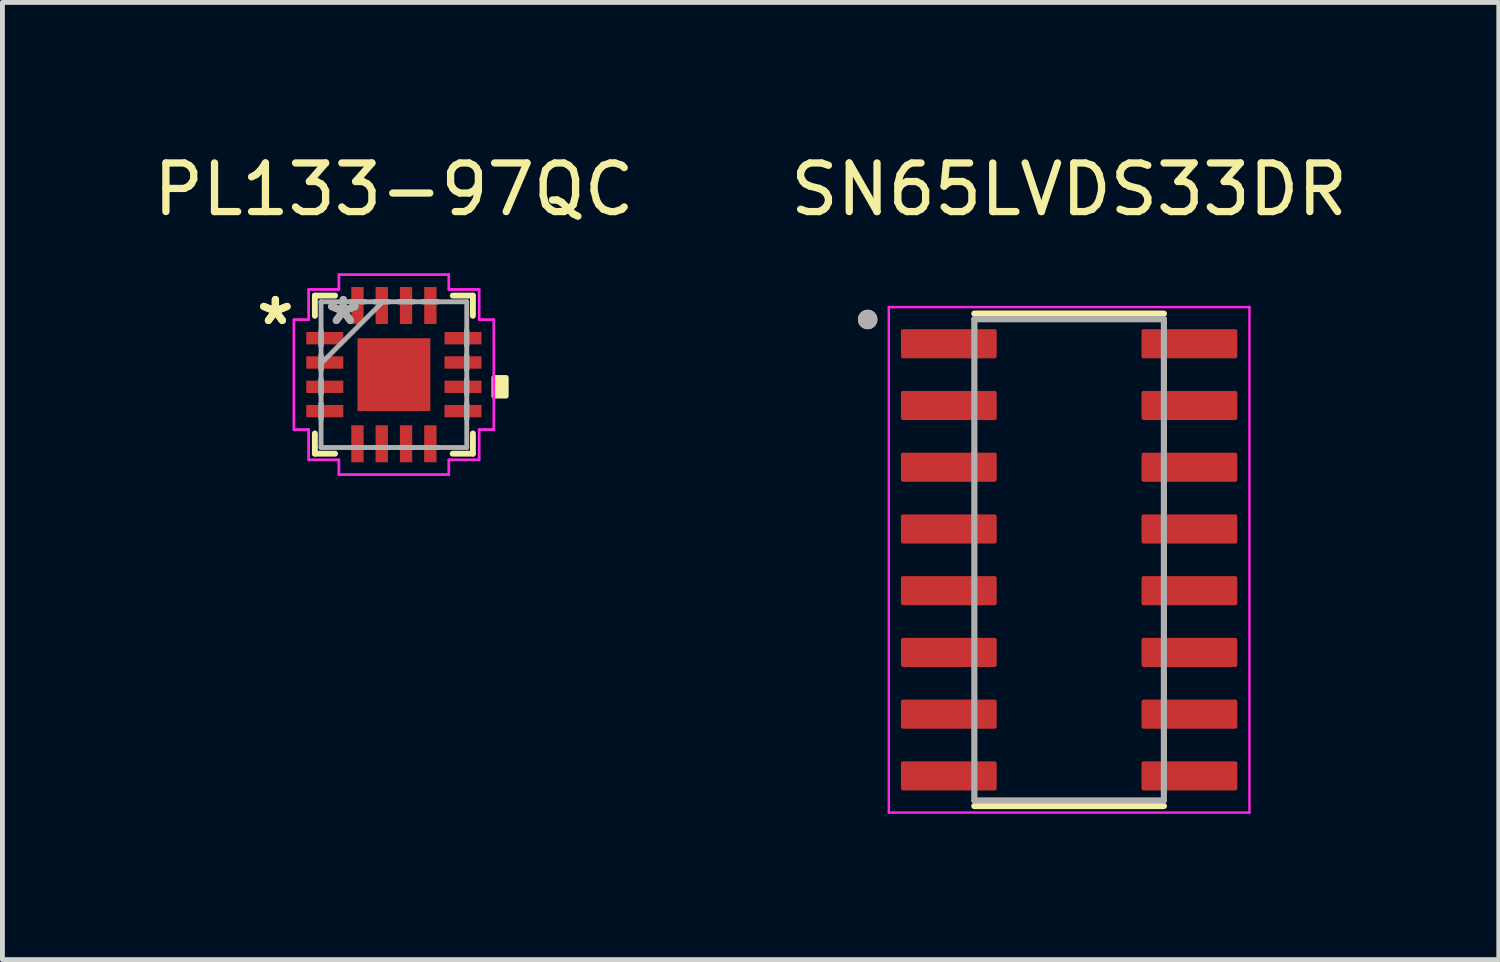
<source format=kicad_pcb>
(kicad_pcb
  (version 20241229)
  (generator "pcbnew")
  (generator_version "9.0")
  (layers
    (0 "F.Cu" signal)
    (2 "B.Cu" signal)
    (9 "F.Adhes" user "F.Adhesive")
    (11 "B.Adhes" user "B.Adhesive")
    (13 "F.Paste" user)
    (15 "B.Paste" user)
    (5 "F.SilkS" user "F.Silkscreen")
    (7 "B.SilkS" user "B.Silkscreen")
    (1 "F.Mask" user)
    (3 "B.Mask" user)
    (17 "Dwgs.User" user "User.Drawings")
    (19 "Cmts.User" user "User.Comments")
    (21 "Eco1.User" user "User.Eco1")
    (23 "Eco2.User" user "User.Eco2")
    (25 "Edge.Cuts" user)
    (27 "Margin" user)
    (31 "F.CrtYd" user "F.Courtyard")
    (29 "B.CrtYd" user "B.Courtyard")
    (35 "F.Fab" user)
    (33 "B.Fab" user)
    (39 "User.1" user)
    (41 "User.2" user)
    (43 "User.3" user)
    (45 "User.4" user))
  (footprint "SN65LVDS33DR"
    (layer "F.Cu")
    (at 18.946 8.468)
    (property "Reference" "SN65LVDS33DR" (at 0 -7.62 0) (layer "F.SilkS") (effects (font (size 1 1) (thickness 0.15))))
    (attr through_hole)
    (fp_line (start -1.95 -5.065) (end 1.95 -5.065) (stroke (width 0.127) (type solid)) (layer "F.SilkS"))
    (fp_line (start -1.95 5.065) (end 1.95 5.065) (stroke (width 0.127) (type solid)) (layer "F.SilkS"))
    (fp_circle (center -4.145 -4.945) (end -4.045 -4.945) (stroke (width 0.2) (type solid)) (fill no) (layer "F.SilkS"))
    (fp_line (start -3.71 -5.2) (end -3.71 5.2) (stroke (width 0.05) (type solid)) (layer "F.CrtYd"))
    (fp_line (start -3.71 -5.2) (end 3.71 -5.2) (stroke (width 0.05) (type solid)) (layer "F.CrtYd"))
    (fp_line (start -3.71 5.2) (end 3.71 5.2) (stroke (width 0.05) (type solid)) (layer "F.CrtYd"))
    (fp_line (start 3.71 -5.2) (end 3.71 5.2) (stroke (width 0.05) (type solid)) (layer "F.CrtYd"))
    (fp_line (start -1.95 -4.95) (end -1.95 4.95) (stroke (width 0.127) (type solid)) (layer "F.Fab"))
    (fp_line (start -1.95 -4.95) (end 1.95 -4.95) (stroke (width 0.127) (type solid)) (layer "F.Fab"))
    (fp_line (start -1.95 4.95) (end 1.95 4.95) (stroke (width 0.127) (type solid)) (layer "F.Fab"))
    (fp_line (start 1.95 -4.95) (end 1.95 4.95) (stroke (width 0.127) (type solid)) (layer "F.Fab"))
    (fp_circle (center -4.145 -4.945) (end -4.045 -4.945) (stroke (width 0.2) (type solid)) (fill no) (layer "F.Fab"))
    (pad "1" smd roundrect (at -2.475 -4.445) (size 1.97 0.6) (layers "F.Cu" "F.Mask" "F.Paste") (roundrect_rratio 0.07))
    (pad "2" smd roundrect (at -2.475 -3.175) (size 1.97 0.6) (layers "F.Cu" "F.Mask" "F.Paste") (roundrect_rratio 0.07))
    (pad "3" smd roundrect (at -2.475 -1.905) (size 1.97 0.6) (layers "F.Cu" "F.Mask" "F.Paste") (roundrect_rratio 0.07))
    (pad "4" smd roundrect (at -2.475 -0.635) (size 1.97 0.6) (layers "F.Cu" "F.Mask" "F.Paste") (roundrect_rratio 0.07))
    (pad "5" smd roundrect (at -2.475 0.635) (size 1.97 0.6) (layers "F.Cu" "F.Mask" "F.Paste") (roundrect_rratio 0.07))
    (pad "6" smd roundrect (at -2.475 1.905) (size 1.97 0.6) (layers "F.Cu" "F.Mask" "F.Paste") (roundrect_rratio 0.07))
    (pad "7" smd roundrect (at -2.475 3.175) (size 1.97 0.6) (layers "F.Cu" "F.Mask" "F.Paste") (roundrect_rratio 0.07))
    (pad "8" smd roundrect (at -2.475 4.445) (size 1.97 0.6) (layers "F.Cu" "F.Mask" "F.Paste") (roundrect_rratio 0.07))
    (pad "9" smd roundrect (at 2.475 4.445) (size 1.97 0.6) (layers "F.Cu" "F.Mask" "F.Paste") (roundrect_rratio 0.07))
    (pad "10" smd roundrect (at 2.475 3.175) (size 1.97 0.6) (layers "F.Cu" "F.Mask" "F.Paste") (roundrect_rratio 0.07))
    (pad "11" smd roundrect (at 2.475 1.905) (size 1.97 0.6) (layers "F.Cu" "F.Mask" "F.Paste") (roundrect_rratio 0.07))
    (pad "12" smd roundrect (at 2.475 0.635) (size 1.97 0.6) (layers "F.Cu" "F.Mask" "F.Paste") (roundrect_rratio 0.07))
    (pad "13" smd roundrect (at 2.475 -0.635) (size 1.97 0.6) (layers "F.Cu" "F.Mask" "F.Paste") (roundrect_rratio 0.07))
    (pad "14" smd roundrect (at 2.475 -1.905) (size 1.97 0.6) (layers "F.Cu" "F.Mask" "F.Paste") (roundrect_rratio 0.07))
    (pad "15" smd roundrect (at 2.475 -3.175) (size 1.97 0.6) (layers "F.Cu" "F.Mask" "F.Paste") (roundrect_rratio 0.07))
    (pad "16" smd roundrect (at 2.475 -4.445) (size 1.97 0.6) (layers "F.Cu" "F.Mask" "F.Paste") (roundrect_rratio 0.07)))
  (footprint "PL133-97QC"
    (layer "F.Cu")
    (at 5.054 4.658)
    (property "Reference" "PL133-97QC" (at 0 -3.81 0) (layer "F.SilkS") (effects (font (size 1 1) (thickness 0.15))))
    (attr through_hole)
    (fp_line (start -1.626 -1.626) (end -1.626 -1.21) (stroke (width 0.12) (type solid)) (layer "F.SilkS"))
    (fp_line (start -1.626 1.21) (end -1.626 1.626) (stroke (width 0.12) (type solid)) (layer "F.SilkS"))
    (fp_line (start -1.626 1.626) (end -1.21 1.626) (stroke (width 0.12) (type solid)) (layer "F.SilkS"))
    (fp_line (start -1.21 -1.626) (end -1.626 -1.626) (stroke (width 0.12) (type solid)) (layer "F.SilkS"))
    (fp_line (start 1.21 1.626) (end 1.626 1.626) (stroke (width 0.12) (type solid)) (layer "F.SilkS"))
    (fp_line (start 1.626 -1.626) (end 1.21 -1.626) (stroke (width 0.12) (type solid)) (layer "F.SilkS"))
    (fp_line (start 1.626 -1.21) (end 1.626 -1.626) (stroke (width 0.12) (type solid)) (layer "F.SilkS"))
    (fp_line (start 1.626 1.626) (end 1.626 1.21) (stroke (width 0.12) (type solid)) (layer "F.SilkS"))
    (fp_poly (pts (xy 2.311 0.059) (xy 2.311 0.441) (xy 2.057 0.441) (xy 2.057 0.059)) (stroke (width 0.1) (type solid)) (fill yes) (layer "F.SilkS"))
    (fp_line (start -2.057 -1.131) (end -1.753 -1.131) (stroke (width 0.05) (type solid)) (layer "F.CrtYd"))
    (fp_line (start -2.057 -1.131) (end -1.753 -1.131) (stroke (width 0.05) (type solid)) (layer "F.CrtYd"))
    (fp_line (start -2.057 1.131) (end -2.057 -1.131) (stroke (width 0.05) (type solid)) (layer "F.CrtYd"))
    (fp_line (start -2.057 1.131) (end -2.057 -1.131) (stroke (width 0.05) (type solid)) (layer "F.CrtYd"))
    (fp_line (start -1.753 -1.753) (end -1.131 -1.753) (stroke (width 0.05) (type solid)) (layer "F.CrtYd"))
    (fp_line (start -1.753 -1.753) (end -1.131 -1.753) (stroke (width 0.05) (type solid)) (layer "F.CrtYd"))
    (fp_line (start -1.753 -1.131) (end -1.753 -1.753) (stroke (width 0.05) (type solid)) (layer "F.CrtYd"))
    (fp_line (start -1.753 -1.131) (end -1.753 -1.753) (stroke (width 0.05) (type solid)) (layer "F.CrtYd"))
    (fp_line (start -1.753 1.131) (end -2.057 1.131) (stroke (width 0.05) (type solid)) (layer "F.CrtYd"))
    (fp_line (start -1.753 1.131) (end -2.057 1.131) (stroke (width 0.05) (type solid)) (layer "F.CrtYd"))
    (fp_line (start -1.753 1.753) (end -1.753 1.131) (stroke (width 0.05) (type solid)) (layer "F.CrtYd"))
    (fp_line (start -1.753 1.753) (end -1.753 1.131) (stroke (width 0.05) (type solid)) (layer "F.CrtYd"))
    (fp_line (start -1.131 -2.057) (end 1.131 -2.057) (stroke (width 0.05) (type solid)) (layer "F.CrtYd"))
    (fp_line (start -1.131 -2.057) (end 1.131 -2.057) (stroke (width 0.05) (type solid)) (layer "F.CrtYd"))
    (fp_line (start -1.131 -1.753) (end -1.131 -2.057) (stroke (width 0.05) (type solid)) (layer "F.CrtYd"))
    (fp_line (start -1.131 -1.753) (end -1.131 -2.057) (stroke (width 0.05) (type solid)) (layer "F.CrtYd"))
    (fp_line (start -1.131 1.753) (end -1.753 1.753) (stroke (width 0.05) (type solid)) (layer "F.CrtYd"))
    (fp_line (start -1.131 1.753) (end -1.753 1.753) (stroke (width 0.05) (type solid)) (layer "F.CrtYd"))
    (fp_line (start -1.131 2.057) (end -1.131 1.753) (stroke (width 0.05) (type solid)) (layer "F.CrtYd"))
    (fp_line (start -1.131 2.057) (end -1.131 1.753) (stroke (width 0.05) (type solid)) (layer "F.CrtYd"))
    (fp_line (start 1.131 -2.057) (end 1.131 -1.753) (stroke (width 0.05) (type solid)) (layer "F.CrtYd"))
    (fp_line (start 1.131 -2.057) (end 1.131 -1.753) (stroke (width 0.05) (type solid)) (layer "F.CrtYd"))
    (fp_line (start 1.131 -1.753) (end 1.753 -1.753) (stroke (width 0.05) (type solid)) (layer "F.CrtYd"))
    (fp_line (start 1.131 -1.753) (end 1.753 -1.753) (stroke (width 0.05) (type solid)) (layer "F.CrtYd"))
    (fp_line (start 1.131 1.753) (end 1.131 2.057) (stroke (width 0.05) (type solid)) (layer "F.CrtYd"))
    (fp_line (start 1.131 1.753) (end 1.131 2.057) (stroke (width 0.05) (type solid)) (layer "F.CrtYd"))
    (fp_line (start 1.131 2.057) (end -1.131 2.057) (stroke (width 0.05) (type solid)) (layer "F.CrtYd"))
    (fp_line (start 1.131 2.057) (end -1.131 2.057) (stroke (width 0.05) (type solid)) (layer "F.CrtYd"))
    (fp_line (start 1.753 -1.753) (end 1.753 -1.131) (stroke (width 0.05) (type solid)) (layer "F.CrtYd"))
    (fp_line (start 1.753 -1.753) (end 1.753 -1.131) (stroke (width 0.05) (type solid)) (layer "F.CrtYd"))
    (fp_line (start 1.753 -1.131) (end 2.057 -1.131) (stroke (width 0.05) (type solid)) (layer "F.CrtYd"))
    (fp_line (start 1.753 -1.131) (end 2.057 -1.131) (stroke (width 0.05) (type solid)) (layer "F.CrtYd"))
    (fp_line (start 1.753 1.131) (end 1.753 1.753) (stroke (width 0.05) (type solid)) (layer "F.CrtYd"))
    (fp_line (start 1.753 1.131) (end 1.753 1.753) (stroke (width 0.05) (type solid)) (layer "F.CrtYd"))
    (fp_line (start 1.753 1.753) (end 1.131 1.753) (stroke (width 0.05) (type solid)) (layer "F.CrtYd"))
    (fp_line (start 1.753 1.753) (end 1.131 1.753) (stroke (width 0.05) (type solid)) (layer "F.CrtYd"))
    (fp_line (start 2.057 -1.131) (end 2.057 1.131) (stroke (width 0.05) (type solid)) (layer "F.CrtYd"))
    (fp_line (start 2.057 -1.131) (end 2.057 1.131) (stroke (width 0.05) (type solid)) (layer "F.CrtYd"))
    (fp_line (start 2.057 1.131) (end 1.753 1.131) (stroke (width 0.05) (type solid)) (layer "F.CrtYd"))
    (fp_line (start 2.057 1.131) (end 1.753 1.131) (stroke (width 0.05) (type solid)) (layer "F.CrtYd"))
    (fp_line (start -1.499 -1.499) (end -1.499 -1.499) (stroke (width 0.1) (type solid)) (layer "F.Fab"))
    (fp_line (start -1.499 -1.499) (end -1.499 1.499) (stroke (width 0.1) (type solid)) (layer "F.Fab"))
    (fp_line (start -1.499 -0.902) (end -1.499 -0.902) (stroke (width 0.1) (type solid)) (layer "F.Fab"))
    (fp_line (start -1.499 -0.902) (end -1.499 -0.598) (stroke (width 0.1) (type solid)) (layer "F.Fab"))
    (fp_line (start -1.499 -0.598) (end -1.499 -0.902) (stroke (width 0.1) (type solid)) (layer "F.Fab"))
    (fp_line (start -1.499 -0.598) (end -1.499 -0.598) (stroke (width 0.1) (type solid)) (layer "F.Fab"))
    (fp_line (start -1.499 -0.402) (end -1.499 -0.402) (stroke (width 0.1) (type solid)) (layer "F.Fab"))
    (fp_line (start -1.499 -0.402) (end -1.499 -0.098) (stroke (width 0.1) (type solid)) (layer "F.Fab"))
    (fp_line (start -1.499 -0.229) (end -0.229 -1.499) (stroke (width 0.1) (type solid)) (layer "F.Fab"))
    (fp_line (start -1.499 -0.098) (end -1.499 -0.402) (stroke (width 0.1) (type solid)) (layer "F.Fab"))
    (fp_line (start -1.499 -0.098) (end -1.499 -0.098) (stroke (width 0.1) (type solid)) (layer "F.Fab"))
    (fp_line (start -1.499 0.098) (end -1.499 0.098) (stroke (width 0.1) (type solid)) (layer "F.Fab"))
    (fp_line (start -1.499 0.098) (end -1.499 0.402) (stroke (width 0.1) (type solid)) (layer "F.Fab"))
    (fp_line (start -1.499 0.402) (end -1.499 0.098) (stroke (width 0.1) (type solid)) (layer "F.Fab"))
    (fp_line (start -1.499 0.402) (end -1.499 0.402) (stroke (width 0.1) (type solid)) (layer "F.Fab"))
    (fp_line (start -1.499 0.598) (end -1.499 0.598) (stroke (width 0.1) (type solid)) (layer "F.Fab"))
    (fp_line (start -1.499 0.598) (end -1.499 0.902) (stroke (width 0.1) (type solid)) (layer "F.Fab"))
    (fp_line (start -1.499 0.902) (end -1.499 0.598) (stroke (width 0.1) (type solid)) (layer "F.Fab"))
    (fp_line (start -1.499 0.902) (end -1.499 0.902) (stroke (width 0.1) (type solid)) (layer "F.Fab"))
    (fp_line (start -1.499 1.499) (end -1.499 1.499) (stroke (width 0.1) (type solid)) (layer "F.Fab"))
    (fp_line (start -1.499 1.499) (end 1.499 1.499) (stroke (width 0.1) (type solid)) (layer "F.Fab"))
    (fp_line (start -0.902 -1.499) (end -0.902 -1.499) (stroke (width 0.1) (type solid)) (layer "F.Fab"))
    (fp_line (start -0.902 -1.499) (end -0.598 -1.499) (stroke (width 0.1) (type solid)) (layer "F.Fab"))
    (fp_line (start -0.902 1.499) (end -0.902 1.499) (stroke (width 0.1) (type solid)) (layer "F.Fab"))
    (fp_line (start -0.902 1.499) (end -0.598 1.499) (stroke (width 0.1) (type solid)) (layer "F.Fab"))
    (fp_line (start -0.598 -1.499) (end -0.902 -1.499) (stroke (width 0.1) (type solid)) (layer "F.Fab"))
    (fp_line (start -0.598 -1.499) (end -0.598 -1.499) (stroke (width 0.1) (type solid)) (layer "F.Fab"))
    (fp_line (start -0.598 1.499) (end -0.902 1.499) (stroke (width 0.1) (type solid)) (layer "F.Fab"))
    (fp_line (start -0.598 1.499) (end -0.598 1.499) (stroke (width 0.1) (type solid)) (layer "F.Fab"))
    (fp_line (start -0.402 -1.499) (end -0.402 -1.499) (stroke (width 0.1) (type solid)) (layer "F.Fab"))
    (fp_line (start -0.402 -1.499) (end -0.098 -1.499) (stroke (width 0.1) (type solid)) (layer "F.Fab"))
    (fp_line (start -0.402 1.499) (end -0.402 1.499) (stroke (width 0.1) (type solid)) (layer "F.Fab"))
    (fp_line (start -0.402 1.499) (end -0.098 1.499) (stroke (width 0.1) (type solid)) (layer "F.Fab"))
    (fp_line (start -0.098 -1.499) (end -0.402 -1.499) (stroke (width 0.1) (type solid)) (layer "F.Fab"))
    (fp_line (start -0.098 -1.499) (end -0.098 -1.499) (stroke (width 0.1) (type solid)) (layer "F.Fab"))
    (fp_line (start -0.098 1.499) (end -0.402 1.499) (stroke (width 0.1) (type solid)) (layer "F.Fab"))
    (fp_line (start -0.098 1.499) (end -0.098 1.499) (stroke (width 0.1) (type solid)) (layer "F.Fab"))
    (fp_line (start 0.098 -1.499) (end 0.098 -1.499) (stroke (width 0.1) (type solid)) (layer "F.Fab"))
    (fp_line (start 0.098 -1.499) (end 0.402 -1.499) (stroke (width 0.1) (type solid)) (layer "F.Fab"))
    (fp_line (start 0.098 1.499) (end 0.098 1.499) (stroke (width 0.1) (type solid)) (layer "F.Fab"))
    (fp_line (start 0.098 1.499) (end 0.402 1.499) (stroke (width 0.1) (type solid)) (layer "F.Fab"))
    (fp_line (start 0.402 -1.499) (end 0.098 -1.499) (stroke (width 0.1) (type solid)) (layer "F.Fab"))
    (fp_line (start 0.402 -1.499) (end 0.402 -1.499) (stroke (width 0.1) (type solid)) (layer "F.Fab"))
    (fp_line (start 0.402 1.499) (end 0.098 1.499) (stroke (width 0.1) (type solid)) (layer "F.Fab"))
    (fp_line (start 0.402 1.499) (end 0.402 1.499) (stroke (width 0.1) (type solid)) (layer "F.Fab"))
    (fp_line (start 0.598 -1.499) (end 0.598 -1.499) (stroke (width 0.1) (type solid)) (layer "F.Fab"))
    (fp_line (start 0.598 -1.499) (end 0.902 -1.499) (stroke (width 0.1) (type solid)) (layer "F.Fab"))
    (fp_line (start 0.598 1.499) (end 0.598 1.499) (stroke (width 0.1) (type solid)) (layer "F.Fab"))
    (fp_line (start 0.598 1.499) (end 0.902 1.499) (stroke (width 0.1) (type solid)) (layer "F.Fab"))
    (fp_line (start 0.902 -1.499) (end 0.598 -1.499) (stroke (width 0.1) (type solid)) (layer "F.Fab"))
    (fp_line (start 0.902 -1.499) (end 0.902 -1.499) (stroke (width 0.1) (type solid)) (layer "F.Fab"))
    (fp_line (start 0.902 1.499) (end 0.598 1.499) (stroke (width 0.1) (type solid)) (layer "F.Fab"))
    (fp_line (start 0.902 1.499) (end 0.902 1.499) (stroke (width 0.1) (type solid)) (layer "F.Fab"))
    (fp_line (start 1.499 -1.499) (end -1.499 -1.499) (stroke (width 0.1) (type solid)) (layer "F.Fab"))
    (fp_line (start 1.499 -1.499) (end 1.499 -1.499) (stroke (width 0.1) (type solid)) (layer "F.Fab"))
    (fp_line (start 1.499 -0.902) (end 1.499 -0.902) (stroke (width 0.1) (type solid)) (layer "F.Fab"))
    (fp_line (start 1.499 -0.902) (end 1.499 -0.598) (stroke (width 0.1) (type solid)) (layer "F.Fab"))
    (fp_line (start 1.499 -0.598) (end 1.499 -0.902) (stroke (width 0.1) (type solid)) (layer "F.Fab"))
    (fp_line (start 1.499 -0.598) (end 1.499 -0.598) (stroke (width 0.1) (type solid)) (layer "F.Fab"))
    (fp_line (start 1.499 -0.402) (end 1.499 -0.402) (stroke (width 0.1) (type solid)) (layer "F.Fab"))
    (fp_line (start 1.499 -0.402) (end 1.499 -0.098) (stroke (width 0.1) (type solid)) (layer "F.Fab"))
    (fp_line (start 1.499 -0.098) (end 1.499 -0.402) (stroke (width 0.1) (type solid)) (layer "F.Fab"))
    (fp_line (start 1.499 -0.098) (end 1.499 -0.098) (stroke (width 0.1) (type solid)) (layer "F.Fab"))
    (fp_line (start 1.499 0.098) (end 1.499 0.098) (stroke (width 0.1) (type solid)) (layer "F.Fab"))
    (fp_line (start 1.499 0.098) (end 1.499 0.402) (stroke (width 0.1) (type solid)) (layer "F.Fab"))
    (fp_line (start 1.499 0.402) (end 1.499 0.098) (stroke (width 0.1) (type solid)) (layer "F.Fab"))
    (fp_line (start 1.499 0.402) (end 1.499 0.402) (stroke (width 0.1) (type solid)) (layer "F.Fab"))
    (fp_line (start 1.499 0.598) (end 1.499 0.598) (stroke (width 0.1) (type solid)) (layer "F.Fab"))
    (fp_line (start 1.499 0.598) (end 1.499 0.902) (stroke (width 0.1) (type solid)) (layer "F.Fab"))
    (fp_line (start 1.499 0.902) (end 1.499 0.598) (stroke (width 0.1) (type solid)) (layer "F.Fab"))
    (fp_line (start 1.499 0.902) (end 1.499 0.902) (stroke (width 0.1) (type solid)) (layer "F.Fab"))
    (fp_line (start 1.499 1.499) (end 1.499 -1.499) (stroke (width 0.1) (type solid)) (layer "F.Fab"))
    (fp_line (start 1.499 1.499) (end 1.499 1.499) (stroke (width 0.1) (type solid)) (layer "F.Fab"))
    (fp_text user "*" (at -2.438 -1 0) (layer "F.SilkS") (effects (font (size 1 1) (thickness 0.15))))
    (fp_text user "*" (at -2.438 -1 0) (layer "F.SilkS") (effects (font (size 1 1) (thickness 0.15))))
    (fp_text user "*" (at -1.041 -1 0) (layer "F.Fab") (effects (font (size 1 1) (thickness 0.15))))
    (fp_text user "*" (at -1.041 -1 0) (layer "F.Fab") (effects (font (size 1 1) (thickness 0.15))))
    (pad "1" smd rect (at -1.422 -0.75 90) (size 0.254 0.762) (layers "F.Cu" "F.Mask" "F.Paste"))
    (pad "2" smd rect (at -1.422 -0.25 90) (size 0.254 0.762) (layers "F.Cu" "F.Mask" "F.Paste"))
    (pad "3" smd rect (at -1.422 0.25 90) (size 0.254 0.762) (layers "F.Cu" "F.Mask" "F.Paste"))
    (pad "4" smd rect (at -1.422 0.75 90) (size 0.254 0.762) (layers "F.Cu" "F.Mask" "F.Paste"))
    (pad "5" smd rect (at -0.75 1.422) (size 0.254 0.762) (layers "F.Cu" "F.Mask" "F.Paste"))
    (pad "6" smd rect (at -0.25 1.422) (size 0.254 0.762) (layers "F.Cu" "F.Mask" "F.Paste"))
    (pad "7" smd rect (at 0.25 1.422) (size 0.254 0.762) (layers "F.Cu" "F.Mask" "F.Paste"))
    (pad "8" smd rect (at 0.75 1.422) (size 0.254 0.762) (layers "F.Cu" "F.Mask" "F.Paste"))
    (pad "9" smd rect (at 1.422 0.75 90) (size 0.254 0.762) (layers "F.Cu" "F.Mask" "F.Paste"))
    (pad "10" smd rect (at 1.422 0.25 90) (size 0.254 0.762) (layers "F.Cu" "F.Mask" "F.Paste"))
    (pad "11" smd rect (at 1.422 -0.25 90) (size 0.254 0.762) (layers "F.Cu" "F.Mask" "F.Paste"))
    (pad "12" smd rect (at 1.422 -0.75 90) (size 0.254 0.762) (layers "F.Cu" "F.Mask" "F.Paste"))
    (pad "13" smd rect (at 0.75 -1.422) (size 0.254 0.762) (layers "F.Cu" "F.Mask" "F.Paste"))
    (pad "14" smd rect (at 0.25 -1.422) (size 0.254 0.762) (layers "F.Cu" "F.Mask" "F.Paste"))
    (pad "15" smd rect (at -0.25 -1.422) (size 0.254 0.762) (layers "F.Cu" "F.Mask" "F.Paste"))
    (pad "16" smd rect (at -0.75 -1.422) (size 0.254 0.762) (layers "F.Cu" "F.Mask" "F.Paste"))
    (pad "17" smd rect (at 0 0) (size 1.499 1.499) (layers "F.Cu" "F.Mask" "F.Paste")))
  (gr_rect
    (start -3 -3)
    (end 27.786 16.693)
    (stroke (width 0.1) (type default))
    (fill no)
    (layer "Edge.Cuts")))
</source>
